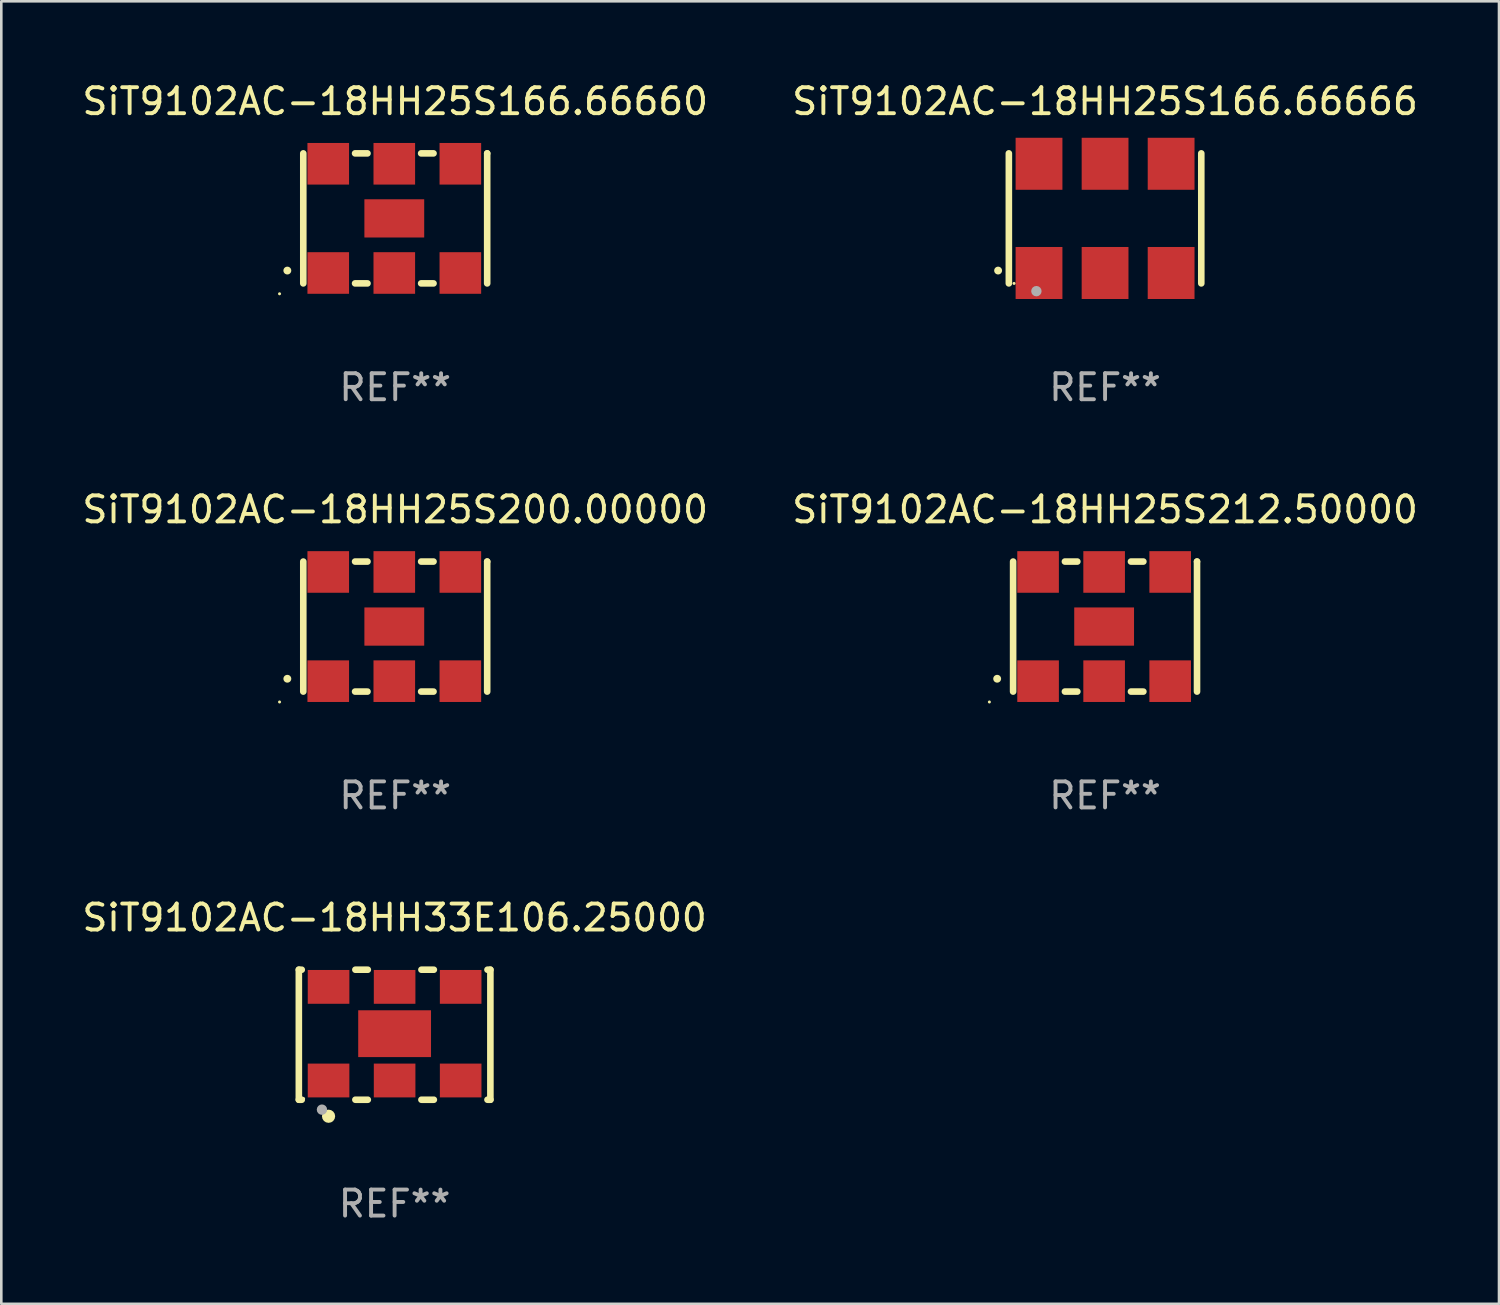
<source format=kicad_pcb>
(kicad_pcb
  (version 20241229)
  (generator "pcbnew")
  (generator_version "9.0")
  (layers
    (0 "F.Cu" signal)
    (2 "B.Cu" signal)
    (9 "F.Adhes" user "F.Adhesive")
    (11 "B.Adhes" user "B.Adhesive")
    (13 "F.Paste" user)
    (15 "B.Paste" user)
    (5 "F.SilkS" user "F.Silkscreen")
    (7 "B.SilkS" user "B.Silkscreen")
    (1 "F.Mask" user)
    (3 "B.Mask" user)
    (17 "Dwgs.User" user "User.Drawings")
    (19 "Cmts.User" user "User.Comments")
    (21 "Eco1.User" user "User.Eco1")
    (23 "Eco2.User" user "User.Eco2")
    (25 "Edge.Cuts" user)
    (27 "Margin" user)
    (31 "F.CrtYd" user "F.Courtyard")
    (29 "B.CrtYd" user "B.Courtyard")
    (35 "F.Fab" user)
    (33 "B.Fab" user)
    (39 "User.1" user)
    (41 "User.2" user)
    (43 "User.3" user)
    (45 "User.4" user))
  (footprint "SiT9102AC-18HH25S212.50000"
    (layer "F.Cu")
    (at 39.446 21.045)
    (property "Reference" "SiT9102AC-18HH25S212.50000" (at 0 -4.5 0) (layer "F.SilkS") (effects (font (size 1 1) (thickness 0.15))))
    (attr through_hole)
    (fp_line (start -3.536 -2.5) (end -3.536 2.5) (stroke (width 0.254) (type solid)) (layer "F.SilkS"))
    (fp_line (start -1.544 2.5) (end -1.067 2.5) (stroke (width 0.254) (type solid)) (layer "F.SilkS"))
    (fp_line (start -1.067 -2.5) (end -1.544 -2.5) (stroke (width 0.254) (type solid)) (layer "F.SilkS"))
    (fp_line (start 0.996 2.5) (end 1.473 2.5) (stroke (width 0.254) (type solid)) (layer "F.SilkS"))
    (fp_line (start 1.473 -2.5) (end 0.996 -2.5) (stroke (width 0.254) (type solid)) (layer "F.SilkS"))
    (fp_line (start 3.536 -2.5) (end 3.536 -2.5) (stroke (width 0.254) (type solid)) (layer "F.SilkS"))
    (fp_line (start 3.536 2.5) (end 3.536 -2.5) (stroke (width 0.254) (type solid)) (layer "F.SilkS"))
    (fp_arc (start -4.150432 2.006604) (mid -4.149162 2.006599) (end -4.147892 2.006604) (stroke (width 0.3) (type solid)) (layer "F.SilkS"))
    (fp_circle (center -4.449 2.9) (end -4.419 2.9) (stroke (width 0.06) (type solid)) (fill no) (layer "F.SilkS"))
    (fp_text user "REF**" (at 0 6.5 0) (layer "F.Fab") (effects (font (size 1 1) (thickness 0.15))))
    (pad "1" smd rect (at -2.576 2.1) (size 1.6 1.6) (layers "F.Cu" "F.Mask" "F.Paste"))
    (pad "2" smd rect (at -0.036 2.1) (size 1.6 1.6) (layers "F.Cu" "F.Mask" "F.Paste"))
    (pad "3" smd rect (at 2.504 2.1) (size 1.6 1.6) (layers "F.Cu" "F.Mask" "F.Paste"))
    (pad "4" smd rect (at 2.504 -2.1) (size 1.6 1.6) (layers "F.Cu" "F.Mask" "F.Paste"))
    (pad "5" smd rect (at -0.036 -2.1) (size 1.6 1.6) (layers "F.Cu" "F.Mask" "F.Paste"))
    (pad "6" smd rect (at -2.576 -2.1) (size 1.6 1.6) (layers "F.Cu" "F.Mask" "F.Paste"))
    (pad "7" smd rect (at -0.036 0) (size 2.3 1.47) (layers "F.Cu" "F.Mask" "F.Paste")))
  (footprint "SiT9102AC-18HH33E106.25000"
    (layer "F.Cu")
    (at 12.125 36.741)
    (property "Reference" "SiT9102AC-18HH33E106.25000" (at 0 -4.5 0) (layer "F.SilkS") (effects (font (size 1 1) (thickness 0.15))))
    (attr through_hole)
    (fp_line (start -3.683 -2.5) (end -3.571 -2.5) (stroke (width 0.254) (type solid)) (layer "F.SilkS"))
    (fp_line (start -3.683 2.5) (end -3.683 -2.5) (stroke (width 0.254) (type solid)) (layer "F.SilkS"))
    (fp_line (start -3.683 2.5) (end -3.571 2.5) (stroke (width 0.254) (type solid)) (layer "F.SilkS"))
    (fp_line (start -1.509 -2.5) (end -1.031 -2.5) (stroke (width 0.254) (type solid)) (layer "F.SilkS"))
    (fp_line (start -1.509 2.5) (end -1.031 2.5) (stroke (width 0.254) (type solid)) (layer "F.SilkS"))
    (fp_line (start 1.031 -2.5) (end 1.509 -2.5) (stroke (width 0.254) (type solid)) (layer "F.SilkS"))
    (fp_line (start 1.031 2.5) (end 1.509 2.5) (stroke (width 0.254) (type solid)) (layer "F.SilkS"))
    (fp_line (start 3.571 -2.5) (end 3.683 -2.5) (stroke (width 0.254) (type solid)) (layer "F.SilkS"))
    (fp_line (start 3.571 2.5) (end 3.683 2.5) (stroke (width 0.254) (type solid)) (layer "F.SilkS"))
    (fp_line (start 3.683 2.5) (end 3.683 -2.5) (stroke (width 0.254) (type solid)) (layer "F.SilkS"))
    (fp_circle (center -3.5 2.46) (end -3.47 2.46) (stroke (width 0.06) (type solid)) (fill no) (layer "F.SilkS"))
    (fp_circle (center -2.54 3.135) (end -2.413 3.135) (stroke (width 0.254) (type solid)) (fill no) (layer "F.SilkS"))
    (fp_circle (center -2.794 2.881) (end -2.694 2.881) (stroke (width 0.2) (type solid)) (fill no) (layer "F.Fab"))
    (fp_text user "REF**" (at 0 6.5 0) (layer "F.Fab") (effects (font (size 1 1) (thickness 0.15))))
    (pad "1" smd rect (at -2.54 1.76) (size 1.6 1.3) (layers "F.Cu" "F.Mask" "F.Paste"))
    (pad "2" smd rect (at 0 1.76) (size 1.6 1.3) (layers "F.Cu" "F.Mask" "F.Paste"))
    (pad "3" smd rect (at 2.54 1.76) (size 1.6 1.3) (layers "F.Cu" "F.Mask" "F.Paste"))
    (pad "4" smd rect (at 2.54 -1.84) (size 1.6 1.3) (layers "F.Cu" "F.Mask" "F.Paste"))
    (pad "5" smd rect (at 0 -1.84) (size 1.6 1.3) (layers "F.Cu" "F.Mask" "F.Paste"))
    (pad "6" smd rect (at -2.54 -1.84) (size 1.6 1.3) (layers "F.Cu" "F.Mask" "F.Paste"))
    (pad "7" smd rect (at 0 -0.04) (size 2.8 1.8) (layers "F.Cu" "F.Mask" "F.Paste")))
  (footprint "SiT9102AC-18HH25S166.66666"
    (layer "F.Cu")
    (at 39.446 5.348)
    (property "Reference" "SiT9102AC-18HH25S166.66666" (at 0 -4.5 0) (layer "F.SilkS") (effects (font (size 1 1) (thickness 0.15))))
    (attr through_hole)
    (fp_line (start -3.7 -2.5) (end -3.7 2.5) (stroke (width 0.254) (type solid)) (layer "F.SilkS"))
    (fp_line (start 3.7 -2.5) (end 3.7 2.5) (stroke (width 0.254) (type solid)) (layer "F.SilkS"))
    (fp_arc (start -4.114415 2.006604) (mid -4.113145 2.006599) (end -4.111875 2.006604) (stroke (width 0.3) (type solid)) (layer "F.SilkS"))
    (fp_circle (center -3.5 2.501) (end -3.47 2.501) (stroke (width 0.06) (type solid)) (fill no) (layer "F.SilkS"))
    (fp_circle (center -2.641 2.799) (end -2.541 2.799) (stroke (width 0.2) (type solid)) (fill no) (layer "F.Fab"))
    (fp_text user "REF**" (at 0 6.5 0) (layer "F.Fab") (effects (font (size 1 1) (thickness 0.15))))
    (pad "1" smd rect (at -2.54 2.1) (size 1.8 2) (layers "F.Cu" "F.Mask" "F.Paste"))
    (pad "2" smd rect (at 0.000394 2.1) (size 1.8 2) (layers "F.Cu" "F.Mask" "F.Paste"))
    (pad "3" smd rect (at 2.54 2.1) (size 1.8 2) (layers "F.Cu" "F.Mask" "F.Paste"))
    (pad "4" smd rect (at 2.54 -2.1) (size 1.8 2) (layers "F.Cu" "F.Mask" "F.Paste"))
    (pad "5" smd rect (at 0.000394 -2.1) (size 1.8 2) (layers "F.Cu" "F.Mask" "F.Paste"))
    (pad "6" smd rect (at -2.54 -2.1) (size 1.8 2) (layers "F.Cu" "F.Mask" "F.Paste")))
  (footprint "SiT9102AC-18HH25S166.66660"
    (layer "F.Cu")
    (at 12.149 5.348)
    (property "Reference" "SiT9102AC-18HH25S166.66660" (at 0 -4.5 0) (layer "F.SilkS") (effects (font (size 1 1) (thickness 0.15))))
    (attr through_hole)
    (fp_line (start -3.536 -2.5) (end -3.536 2.5) (stroke (width 0.254) (type solid)) (layer "F.SilkS"))
    (fp_line (start -1.544 2.5) (end -1.067 2.5) (stroke (width 0.254) (type solid)) (layer "F.SilkS"))
    (fp_line (start -1.067 -2.5) (end -1.544 -2.5) (stroke (width 0.254) (type solid)) (layer "F.SilkS"))
    (fp_line (start 0.996 2.5) (end 1.473 2.5) (stroke (width 0.254) (type solid)) (layer "F.SilkS"))
    (fp_line (start 1.473 -2.5) (end 0.996 -2.5) (stroke (width 0.254) (type solid)) (layer "F.SilkS"))
    (fp_line (start 3.536 -2.5) (end 3.536 -2.5) (stroke (width 0.254) (type solid)) (layer "F.SilkS"))
    (fp_line (start 3.536 2.5) (end 3.536 -2.5) (stroke (width 0.254) (type solid)) (layer "F.SilkS"))
    (fp_arc (start -4.150432 2.006604) (mid -4.149162 2.006599) (end -4.147892 2.006604) (stroke (width 0.3) (type solid)) (layer "F.SilkS"))
    (fp_circle (center -4.449 2.9) (end -4.419 2.9) (stroke (width 0.06) (type solid)) (fill no) (layer "F.SilkS"))
    (fp_text user "REF**" (at 0 6.5 0) (layer "F.Fab") (effects (font (size 1 1) (thickness 0.15))))
    (pad "1" smd rect (at -2.576 2.1) (size 1.6 1.6) (layers "F.Cu" "F.Mask" "F.Paste"))
    (pad "2" smd rect (at -0.036 2.1) (size 1.6 1.6) (layers "F.Cu" "F.Mask" "F.Paste"))
    (pad "3" smd rect (at 2.504 2.1) (size 1.6 1.6) (layers "F.Cu" "F.Mask" "F.Paste"))
    (pad "4" smd rect (at 2.504 -2.1) (size 1.6 1.6) (layers "F.Cu" "F.Mask" "F.Paste"))
    (pad "5" smd rect (at -0.036 -2.1) (size 1.6 1.6) (layers "F.Cu" "F.Mask" "F.Paste"))
    (pad "6" smd rect (at -2.576 -2.1) (size 1.6 1.6) (layers "F.Cu" "F.Mask" "F.Paste"))
    (pad "7" smd rect (at -0.036 0) (size 2.3 1.47) (layers "F.Cu" "F.Mask" "F.Paste")))
  (footprint "SiT9102AC-18HH25S200.00000"
    (layer "F.Cu")
    (at 12.149 21.045)
    (property "Reference" "SiT9102AC-18HH25S200.00000" (at 0 -4.5 0) (layer "F.SilkS") (effects (font (size 1 1) (thickness 0.15))))
    (attr through_hole)
    (fp_line (start -3.536 -2.5) (end -3.536 2.5) (stroke (width 0.254) (type solid)) (layer "F.SilkS"))
    (fp_line (start -1.544 2.5) (end -1.067 2.5) (stroke (width 0.254) (type solid)) (layer "F.SilkS"))
    (fp_line (start -1.067 -2.5) (end -1.544 -2.5) (stroke (width 0.254) (type solid)) (layer "F.SilkS"))
    (fp_line (start 0.996 2.5) (end 1.473 2.5) (stroke (width 0.254) (type solid)) (layer "F.SilkS"))
    (fp_line (start 1.473 -2.5) (end 0.996 -2.5) (stroke (width 0.254) (type solid)) (layer "F.SilkS"))
    (fp_line (start 3.536 -2.5) (end 3.536 -2.5) (stroke (width 0.254) (type solid)) (layer "F.SilkS"))
    (fp_line (start 3.536 2.5) (end 3.536 -2.5) (stroke (width 0.254) (type solid)) (layer "F.SilkS"))
    (fp_arc (start -4.150432 2.006604) (mid -4.149162 2.006599) (end -4.147892 2.006604) (stroke (width 0.3) (type solid)) (layer "F.SilkS"))
    (fp_circle (center -4.449 2.9) (end -4.419 2.9) (stroke (width 0.06) (type solid)) (fill no) (layer "F.SilkS"))
    (fp_text user "REF**" (at 0 6.5 0) (layer "F.Fab") (effects (font (size 1 1) (thickness 0.15))))
    (pad "1" smd rect (at -2.576 2.1) (size 1.6 1.6) (layers "F.Cu" "F.Mask" "F.Paste"))
    (pad "2" smd rect (at -0.036 2.1) (size 1.6 1.6) (layers "F.Cu" "F.Mask" "F.Paste"))
    (pad "3" smd rect (at 2.504 2.1) (size 1.6 1.6) (layers "F.Cu" "F.Mask" "F.Paste"))
    (pad "4" smd rect (at 2.504 -2.1) (size 1.6 1.6) (layers "F.Cu" "F.Mask" "F.Paste"))
    (pad "5" smd rect (at -0.036 -2.1) (size 1.6 1.6) (layers "F.Cu" "F.Mask" "F.Paste"))
    (pad "6" smd rect (at -2.576 -2.1) (size 1.6 1.6) (layers "F.Cu" "F.Mask" "F.Paste"))
    (pad "7" smd rect (at -0.036 0) (size 2.3 1.47) (layers "F.Cu" "F.Mask" "F.Paste")))
  (gr_rect
    (start -3 -3)
    (end 54.595 47.09)
    (stroke (width 0.1) (type default))
    (fill no)
    (layer "Edge.Cuts")))
</source>
